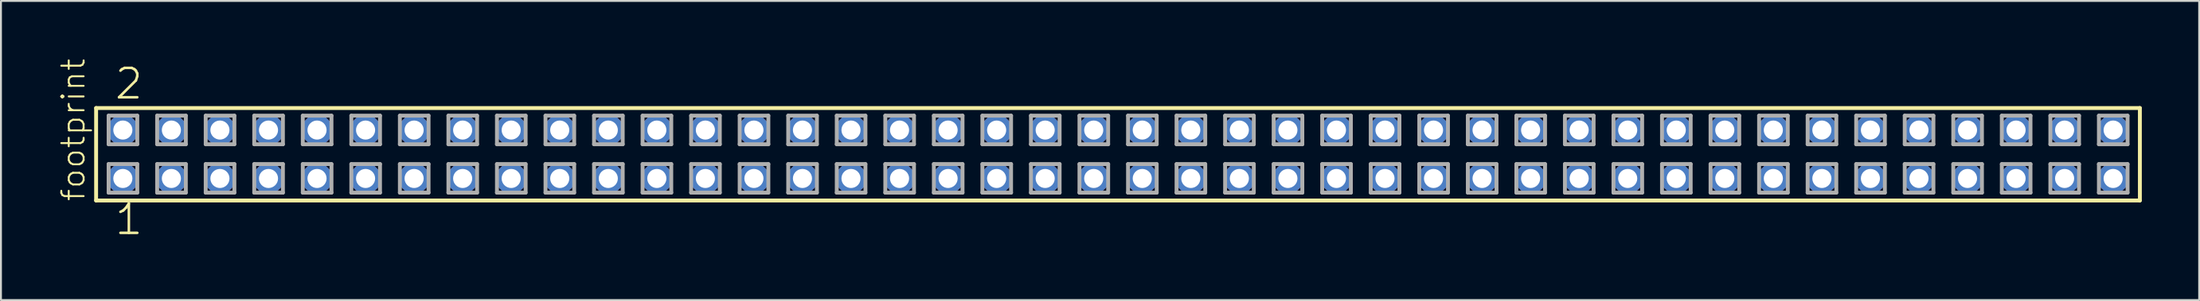
<source format=kicad_pcb>
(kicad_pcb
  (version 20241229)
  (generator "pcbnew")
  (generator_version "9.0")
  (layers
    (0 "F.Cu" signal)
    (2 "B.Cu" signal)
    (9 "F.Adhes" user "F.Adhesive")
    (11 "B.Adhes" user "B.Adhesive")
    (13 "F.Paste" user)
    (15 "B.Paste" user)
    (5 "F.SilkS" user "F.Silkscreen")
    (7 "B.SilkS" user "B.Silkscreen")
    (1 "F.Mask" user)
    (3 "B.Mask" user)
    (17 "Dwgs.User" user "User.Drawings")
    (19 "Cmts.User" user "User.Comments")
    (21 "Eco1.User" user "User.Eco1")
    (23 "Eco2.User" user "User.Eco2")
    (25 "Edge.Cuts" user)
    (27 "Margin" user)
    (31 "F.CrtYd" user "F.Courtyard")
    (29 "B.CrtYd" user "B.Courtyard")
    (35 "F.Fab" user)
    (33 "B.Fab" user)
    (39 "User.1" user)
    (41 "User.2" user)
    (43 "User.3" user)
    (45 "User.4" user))
  (footprint "footprint"
    (layer "F.Cu")
    (at 55.448 5.042)
    (property "Reference" "footprint" (at -53.975 2.54 90) (layer "F.SilkS") (effects (font (size 1.168 1.168) (thickness 0.102)) (justify left bottom)))
    (fp_line (start -53.469 -2.425) (end 53.469 -2.425) (stroke (width 0.203) (type solid)) (layer "F.SilkS"))
    (fp_line (start -53.469 2.425) (end -53.469 -2.425) (stroke (width 0.203) (type solid)) (layer "F.SilkS"))
    (fp_line (start 53.469 -2.425) (end 53.469 2.425) (stroke (width 0.203) (type solid)) (layer "F.SilkS"))
    (fp_line (start 53.469 2.425) (end -53.469 2.425) (stroke (width 0.203) (type solid)) (layer "F.SilkS"))
    (fp_line (start -52.815 -2.025) (end -51.315 -2.025) (stroke (width 0.203) (type solid)) (layer "F.Fab"))
    (fp_line (start -52.815 -0.525) (end -52.815 -2.025) (stroke (width 0.203) (type solid)) (layer "F.Fab"))
    (fp_line (start -52.815 0.515) (end -51.315 0.515) (stroke (width 0.203) (type solid)) (layer "F.Fab"))
    (fp_line (start -52.815 2.015) (end -52.815 0.515) (stroke (width 0.203) (type solid)) (layer "F.Fab"))
    (fp_line (start -51.315 -2.025) (end -51.315 -0.525) (stroke (width 0.203) (type solid)) (layer "F.Fab"))
    (fp_line (start -51.315 -0.525) (end -52.815 -0.525) (stroke (width 0.203) (type solid)) (layer "F.Fab"))
    (fp_line (start -51.315 0.515) (end -51.315 2.015) (stroke (width 0.203) (type solid)) (layer "F.Fab"))
    (fp_line (start -51.315 2.015) (end -52.815 2.015) (stroke (width 0.203) (type solid)) (layer "F.Fab"))
    (fp_line (start -50.275 -2.025) (end -48.775 -2.025) (stroke (width 0.203) (type solid)) (layer "F.Fab"))
    (fp_line (start -50.275 -0.525) (end -50.275 -2.025) (stroke (width 0.203) (type solid)) (layer "F.Fab"))
    (fp_line (start -50.275 0.515) (end -48.775 0.515) (stroke (width 0.203) (type solid)) (layer "F.Fab"))
    (fp_line (start -50.275 2.015) (end -50.275 0.515) (stroke (width 0.203) (type solid)) (layer "F.Fab"))
    (fp_line (start -48.775 -2.025) (end -48.775 -0.525) (stroke (width 0.203) (type solid)) (layer "F.Fab"))
    (fp_line (start -48.775 -0.525) (end -50.275 -0.525) (stroke (width 0.203) (type solid)) (layer "F.Fab"))
    (fp_line (start -48.775 0.515) (end -48.775 2.015) (stroke (width 0.203) (type solid)) (layer "F.Fab"))
    (fp_line (start -48.775 2.015) (end -50.275 2.015) (stroke (width 0.203) (type solid)) (layer "F.Fab"))
    (fp_line (start -47.735 -2.025) (end -46.235 -2.025) (stroke (width 0.203) (type solid)) (layer "F.Fab"))
    (fp_line (start -47.735 -0.525) (end -47.735 -2.025) (stroke (width 0.203) (type solid)) (layer "F.Fab"))
    (fp_line (start -47.735 0.515) (end -46.235 0.515) (stroke (width 0.203) (type solid)) (layer "F.Fab"))
    (fp_line (start -47.735 2.015) (end -47.735 0.515) (stroke (width 0.203) (type solid)) (layer "F.Fab"))
    (fp_line (start -46.235 -2.025) (end -46.235 -0.525) (stroke (width 0.203) (type solid)) (layer "F.Fab"))
    (fp_line (start -46.235 -0.525) (end -47.735 -0.525) (stroke (width 0.203) (type solid)) (layer "F.Fab"))
    (fp_line (start -46.235 0.515) (end -46.235 2.015) (stroke (width 0.203) (type solid)) (layer "F.Fab"))
    (fp_line (start -46.235 2.015) (end -47.735 2.015) (stroke (width 0.203) (type solid)) (layer "F.Fab"))
    (fp_line (start -45.195 -2.025) (end -43.695 -2.025) (stroke (width 0.203) (type solid)) (layer "F.Fab"))
    (fp_line (start -45.195 -0.525) (end -45.195 -2.025) (stroke (width 0.203) (type solid)) (layer "F.Fab"))
    (fp_line (start -45.195 0.515) (end -43.695 0.515) (stroke (width 0.203) (type solid)) (layer "F.Fab"))
    (fp_line (start -45.195 2.015) (end -45.195 0.515) (stroke (width 0.203) (type solid)) (layer "F.Fab"))
    (fp_line (start -43.695 -2.025) (end -43.695 -0.525) (stroke (width 0.203) (type solid)) (layer "F.Fab"))
    (fp_line (start -43.695 -0.525) (end -45.195 -0.525) (stroke (width 0.203) (type solid)) (layer "F.Fab"))
    (fp_line (start -43.695 0.515) (end -43.695 2.015) (stroke (width 0.203) (type solid)) (layer "F.Fab"))
    (fp_line (start -43.695 2.015) (end -45.195 2.015) (stroke (width 0.203) (type solid)) (layer "F.Fab"))
    (fp_line (start -42.655 -2.025) (end -41.155 -2.025) (stroke (width 0.203) (type solid)) (layer "F.Fab"))
    (fp_line (start -42.655 -0.525) (end -42.655 -2.025) (stroke (width 0.203) (type solid)) (layer "F.Fab"))
    (fp_line (start -42.655 0.515) (end -41.155 0.515) (stroke (width 0.203) (type solid)) (layer "F.Fab"))
    (fp_line (start -42.655 2.015) (end -42.655 0.515) (stroke (width 0.203) (type solid)) (layer "F.Fab"))
    (fp_line (start -41.155 -2.025) (end -41.155 -0.525) (stroke (width 0.203) (type solid)) (layer "F.Fab"))
    (fp_line (start -41.155 -0.525) (end -42.655 -0.525) (stroke (width 0.203) (type solid)) (layer "F.Fab"))
    (fp_line (start -41.155 0.515) (end -41.155 2.015) (stroke (width 0.203) (type solid)) (layer "F.Fab"))
    (fp_line (start -41.155 2.015) (end -42.655 2.015) (stroke (width 0.203) (type solid)) (layer "F.Fab"))
    (fp_line (start -40.115 -2.025) (end -38.615 -2.025) (stroke (width 0.203) (type solid)) (layer "F.Fab"))
    (fp_line (start -40.115 -0.525) (end -40.115 -2.025) (stroke (width 0.203) (type solid)) (layer "F.Fab"))
    (fp_line (start -40.115 0.515) (end -38.615 0.515) (stroke (width 0.203) (type solid)) (layer "F.Fab"))
    (fp_line (start -40.115 2.015) (end -40.115 0.515) (stroke (width 0.203) (type solid)) (layer "F.Fab"))
    (fp_line (start -38.615 -2.025) (end -38.615 -0.525) (stroke (width 0.203) (type solid)) (layer "F.Fab"))
    (fp_line (start -38.615 -0.525) (end -40.115 -0.525) (stroke (width 0.203) (type solid)) (layer "F.Fab"))
    (fp_line (start -38.615 0.515) (end -38.615 2.015) (stroke (width 0.203) (type solid)) (layer "F.Fab"))
    (fp_line (start -38.615 2.015) (end -40.115 2.015) (stroke (width 0.203) (type solid)) (layer "F.Fab"))
    (fp_line (start -37.575 -2.025) (end -36.075 -2.025) (stroke (width 0.203) (type solid)) (layer "F.Fab"))
    (fp_line (start -37.575 -0.525) (end -37.575 -2.025) (stroke (width 0.203) (type solid)) (layer "F.Fab"))
    (fp_line (start -37.575 0.515) (end -36.075 0.515) (stroke (width 0.203) (type solid)) (layer "F.Fab"))
    (fp_line (start -37.575 2.015) (end -37.575 0.515) (stroke (width 0.203) (type solid)) (layer "F.Fab"))
    (fp_line (start -36.075 -2.025) (end -36.075 -0.525) (stroke (width 0.203) (type solid)) (layer "F.Fab"))
    (fp_line (start -36.075 -0.525) (end -37.575 -0.525) (stroke (width 0.203) (type solid)) (layer "F.Fab"))
    (fp_line (start -36.075 0.515) (end -36.075 2.015) (stroke (width 0.203) (type solid)) (layer "F.Fab"))
    (fp_line (start -36.075 2.015) (end -37.575 2.015) (stroke (width 0.203) (type solid)) (layer "F.Fab"))
    (fp_line (start -35.035 -2.025) (end -33.535 -2.025) (stroke (width 0.203) (type solid)) (layer "F.Fab"))
    (fp_line (start -35.035 -0.525) (end -35.035 -2.025) (stroke (width 0.203) (type solid)) (layer "F.Fab"))
    (fp_line (start -35.035 0.515) (end -33.535 0.515) (stroke (width 0.203) (type solid)) (layer "F.Fab"))
    (fp_line (start -35.035 2.015) (end -35.035 0.515) (stroke (width 0.203) (type solid)) (layer "F.Fab"))
    (fp_line (start -33.535 -2.025) (end -33.535 -0.525) (stroke (width 0.203) (type solid)) (layer "F.Fab"))
    (fp_line (start -33.535 -0.525) (end -35.035 -0.525) (stroke (width 0.203) (type solid)) (layer "F.Fab"))
    (fp_line (start -33.535 0.515) (end -33.535 2.015) (stroke (width 0.203) (type solid)) (layer "F.Fab"))
    (fp_line (start -33.535 2.015) (end -35.035 2.015) (stroke (width 0.203) (type solid)) (layer "F.Fab"))
    (fp_line (start -32.495 -2.025) (end -30.995 -2.025) (stroke (width 0.203) (type solid)) (layer "F.Fab"))
    (fp_line (start -32.495 -0.525) (end -32.495 -2.025) (stroke (width 0.203) (type solid)) (layer "F.Fab"))
    (fp_line (start -32.495 0.515) (end -30.995 0.515) (stroke (width 0.203) (type solid)) (layer "F.Fab"))
    (fp_line (start -32.495 2.015) (end -32.495 0.515) (stroke (width 0.203) (type solid)) (layer "F.Fab"))
    (fp_line (start -30.995 -2.025) (end -30.995 -0.525) (stroke (width 0.203) (type solid)) (layer "F.Fab"))
    (fp_line (start -30.995 -0.525) (end -32.495 -0.525) (stroke (width 0.203) (type solid)) (layer "F.Fab"))
    (fp_line (start -30.995 0.515) (end -30.995 2.015) (stroke (width 0.203) (type solid)) (layer "F.Fab"))
    (fp_line (start -30.995 2.015) (end -32.495 2.015) (stroke (width 0.203) (type solid)) (layer "F.Fab"))
    (fp_line (start -29.955 -2.025) (end -28.455 -2.025) (stroke (width 0.203) (type solid)) (layer "F.Fab"))
    (fp_line (start -29.955 -0.525) (end -29.955 -2.025) (stroke (width 0.203) (type solid)) (layer "F.Fab"))
    (fp_line (start -29.955 0.515) (end -28.455 0.515) (stroke (width 0.203) (type solid)) (layer "F.Fab"))
    (fp_line (start -29.955 2.015) (end -29.955 0.515) (stroke (width 0.203) (type solid)) (layer "F.Fab"))
    (fp_line (start -28.455 -2.025) (end -28.455 -0.525) (stroke (width 0.203) (type solid)) (layer "F.Fab"))
    (fp_line (start -28.455 -0.525) (end -29.955 -0.525) (stroke (width 0.203) (type solid)) (layer "F.Fab"))
    (fp_line (start -28.455 0.515) (end -28.455 2.015) (stroke (width 0.203) (type solid)) (layer "F.Fab"))
    (fp_line (start -28.455 2.015) (end -29.955 2.015) (stroke (width 0.203) (type solid)) (layer "F.Fab"))
    (fp_line (start -27.415 -2.025) (end -25.915 -2.025) (stroke (width 0.203) (type solid)) (layer "F.Fab"))
    (fp_line (start -27.415 -0.525) (end -27.415 -2.025) (stroke (width 0.203) (type solid)) (layer "F.Fab"))
    (fp_line (start -27.415 0.515) (end -25.915 0.515) (stroke (width 0.203) (type solid)) (layer "F.Fab"))
    (fp_line (start -27.415 2.015) (end -27.415 0.515) (stroke (width 0.203) (type solid)) (layer "F.Fab"))
    (fp_line (start -25.915 -2.025) (end -25.915 -0.525) (stroke (width 0.203) (type solid)) (layer "F.Fab"))
    (fp_line (start -25.915 -0.525) (end -27.415 -0.525) (stroke (width 0.203) (type solid)) (layer "F.Fab"))
    (fp_line (start -25.915 0.515) (end -25.915 2.015) (stroke (width 0.203) (type solid)) (layer "F.Fab"))
    (fp_line (start -25.915 2.015) (end -27.415 2.015) (stroke (width 0.203) (type solid)) (layer "F.Fab"))
    (fp_line (start -24.875 -2.025) (end -23.375 -2.025) (stroke (width 0.203) (type solid)) (layer "F.Fab"))
    (fp_line (start -24.875 -0.525) (end -24.875 -2.025) (stroke (width 0.203) (type solid)) (layer "F.Fab"))
    (fp_line (start -24.875 0.515) (end -23.375 0.515) (stroke (width 0.203) (type solid)) (layer "F.Fab"))
    (fp_line (start -24.875 2.015) (end -24.875 0.515) (stroke (width 0.203) (type solid)) (layer "F.Fab"))
    (fp_line (start -23.375 -2.025) (end -23.375 -0.525) (stroke (width 0.203) (type solid)) (layer "F.Fab"))
    (fp_line (start -23.375 -0.525) (end -24.875 -0.525) (stroke (width 0.203) (type solid)) (layer "F.Fab"))
    (fp_line (start -23.375 0.515) (end -23.375 2.015) (stroke (width 0.203) (type solid)) (layer "F.Fab"))
    (fp_line (start -23.375 2.015) (end -24.875 2.015) (stroke (width 0.203) (type solid)) (layer "F.Fab"))
    (fp_line (start -22.335 -2.025) (end -20.835 -2.025) (stroke (width 0.203) (type solid)) (layer "F.Fab"))
    (fp_line (start -22.335 -0.525) (end -22.335 -2.025) (stroke (width 0.203) (type solid)) (layer "F.Fab"))
    (fp_line (start -22.335 0.515) (end -20.835 0.515) (stroke (width 0.203) (type solid)) (layer "F.Fab"))
    (fp_line (start -22.335 2.015) (end -22.335 0.515) (stroke (width 0.203) (type solid)) (layer "F.Fab"))
    (fp_line (start -20.835 -2.025) (end -20.835 -0.525) (stroke (width 0.203) (type solid)) (layer "F.Fab"))
    (fp_line (start -20.835 -0.525) (end -22.335 -0.525) (stroke (width 0.203) (type solid)) (layer "F.Fab"))
    (fp_line (start -20.835 0.515) (end -20.835 2.015) (stroke (width 0.203) (type solid)) (layer "F.Fab"))
    (fp_line (start -20.835 2.015) (end -22.335 2.015) (stroke (width 0.203) (type solid)) (layer "F.Fab"))
    (fp_line (start -19.795 -2.025) (end -18.295 -2.025) (stroke (width 0.203) (type solid)) (layer "F.Fab"))
    (fp_line (start -19.795 -0.525) (end -19.795 -2.025) (stroke (width 0.203) (type solid)) (layer "F.Fab"))
    (fp_line (start -19.795 0.515) (end -18.295 0.515) (stroke (width 0.203) (type solid)) (layer "F.Fab"))
    (fp_line (start -19.795 2.015) (end -19.795 0.515) (stroke (width 0.203) (type solid)) (layer "F.Fab"))
    (fp_line (start -18.295 -2.025) (end -18.295 -0.525) (stroke (width 0.203) (type solid)) (layer "F.Fab"))
    (fp_line (start -18.295 -0.525) (end -19.795 -0.525) (stroke (width 0.203) (type solid)) (layer "F.Fab"))
    (fp_line (start -18.295 0.515) (end -18.295 2.015) (stroke (width 0.203) (type solid)) (layer "F.Fab"))
    (fp_line (start -18.295 2.015) (end -19.795 2.015) (stroke (width 0.203) (type solid)) (layer "F.Fab"))
    (fp_line (start -17.255 -2.025) (end -15.755 -2.025) (stroke (width 0.203) (type solid)) (layer "F.Fab"))
    (fp_line (start -17.255 -0.525) (end -17.255 -2.025) (stroke (width 0.203) (type solid)) (layer "F.Fab"))
    (fp_line (start -17.255 0.515) (end -15.755 0.515) (stroke (width 0.203) (type solid)) (layer "F.Fab"))
    (fp_line (start -17.255 2.015) (end -17.255 0.515) (stroke (width 0.203) (type solid)) (layer "F.Fab"))
    (fp_line (start -15.755 -2.025) (end -15.755 -0.525) (stroke (width 0.203) (type solid)) (layer "F.Fab"))
    (fp_line (start -15.755 -0.525) (end -17.255 -0.525) (stroke (width 0.203) (type solid)) (layer "F.Fab"))
    (fp_line (start -15.755 0.515) (end -15.755 2.015) (stroke (width 0.203) (type solid)) (layer "F.Fab"))
    (fp_line (start -15.755 2.015) (end -17.255 2.015) (stroke (width 0.203) (type solid)) (layer "F.Fab"))
    (fp_line (start -14.715 -2.025) (end -13.215 -2.025) (stroke (width 0.203) (type solid)) (layer "F.Fab"))
    (fp_line (start -14.715 -0.525) (end -14.715 -2.025) (stroke (width 0.203) (type solid)) (layer "F.Fab"))
    (fp_line (start -14.715 0.515) (end -13.215 0.515) (stroke (width 0.203) (type solid)) (layer "F.Fab"))
    (fp_line (start -14.715 2.015) (end -14.715 0.515) (stroke (width 0.203) (type solid)) (layer "F.Fab"))
    (fp_line (start -13.215 -2.025) (end -13.215 -0.525) (stroke (width 0.203) (type solid)) (layer "F.Fab"))
    (fp_line (start -13.215 -0.525) (end -14.715 -0.525) (stroke (width 0.203) (type solid)) (layer "F.Fab"))
    (fp_line (start -13.215 0.515) (end -13.215 2.015) (stroke (width 0.203) (type solid)) (layer "F.Fab"))
    (fp_line (start -13.215 2.015) (end -14.715 2.015) (stroke (width 0.203) (type solid)) (layer "F.Fab"))
    (fp_line (start -12.175 -2.025) (end -10.675 -2.025) (stroke (width 0.203) (type solid)) (layer "F.Fab"))
    (fp_line (start -12.175 -0.525) (end -12.175 -2.025) (stroke (width 0.203) (type solid)) (layer "F.Fab"))
    (fp_line (start -12.175 0.515) (end -10.675 0.515) (stroke (width 0.203) (type solid)) (layer "F.Fab"))
    (fp_line (start -12.175 2.015) (end -12.175 0.515) (stroke (width 0.203) (type solid)) (layer "F.Fab"))
    (fp_line (start -10.675 -2.025) (end -10.675 -0.525) (stroke (width 0.203) (type solid)) (layer "F.Fab"))
    (fp_line (start -10.675 -0.525) (end -12.175 -0.525) (stroke (width 0.203) (type solid)) (layer "F.Fab"))
    (fp_line (start -10.675 0.515) (end -10.675 2.015) (stroke (width 0.203) (type solid)) (layer "F.Fab"))
    (fp_line (start -10.675 2.015) (end -12.175 2.015) (stroke (width 0.203) (type solid)) (layer "F.Fab"))
    (fp_line (start -9.635 -2.025) (end -8.135 -2.025) (stroke (width 0.203) (type solid)) (layer "F.Fab"))
    (fp_line (start -9.635 -0.525) (end -9.635 -2.025) (stroke (width 0.203) (type solid)) (layer "F.Fab"))
    (fp_line (start -9.635 0.515) (end -8.135 0.515) (stroke (width 0.203) (type solid)) (layer "F.Fab"))
    (fp_line (start -9.635 2.015) (end -9.635 0.515) (stroke (width 0.203) (type solid)) (layer "F.Fab"))
    (fp_line (start -8.135 -2.025) (end -8.135 -0.525) (stroke (width 0.203) (type solid)) (layer "F.Fab"))
    (fp_line (start -8.135 -0.525) (end -9.635 -0.525) (stroke (width 0.203) (type solid)) (layer "F.Fab"))
    (fp_line (start -8.135 0.515) (end -8.135 2.015) (stroke (width 0.203) (type solid)) (layer "F.Fab"))
    (fp_line (start -8.135 2.015) (end -9.635 2.015) (stroke (width 0.203) (type solid)) (layer "F.Fab"))
    (fp_line (start -7.095 -2.025) (end -5.595 -2.025) (stroke (width 0.203) (type solid)) (layer "F.Fab"))
    (fp_line (start -7.095 -0.525) (end -7.095 -2.025) (stroke (width 0.203) (type solid)) (layer "F.Fab"))
    (fp_line (start -7.095 0.515) (end -5.595 0.515) (stroke (width 0.203) (type solid)) (layer "F.Fab"))
    (fp_line (start -7.095 2.015) (end -7.095 0.515) (stroke (width 0.203) (type solid)) (layer "F.Fab"))
    (fp_line (start -5.595 -2.025) (end -5.595 -0.525) (stroke (width 0.203) (type solid)) (layer "F.Fab"))
    (fp_line (start -5.595 -0.525) (end -7.095 -0.525) (stroke (width 0.203) (type solid)) (layer "F.Fab"))
    (fp_line (start -5.595 0.515) (end -5.595 2.015) (stroke (width 0.203) (type solid)) (layer "F.Fab"))
    (fp_line (start -5.595 2.015) (end -7.095 2.015) (stroke (width 0.203) (type solid)) (layer "F.Fab"))
    (fp_line (start -4.555 -2.025) (end -3.055 -2.025) (stroke (width 0.203) (type solid)) (layer "F.Fab"))
    (fp_line (start -4.555 -0.525) (end -4.555 -2.025) (stroke (width 0.203) (type solid)) (layer "F.Fab"))
    (fp_line (start -4.555 0.515) (end -3.055 0.515) (stroke (width 0.203) (type solid)) (layer "F.Fab"))
    (fp_line (start -4.555 2.015) (end -4.555 0.515) (stroke (width 0.203) (type solid)) (layer "F.Fab"))
    (fp_line (start -3.055 -2.025) (end -3.055 -0.525) (stroke (width 0.203) (type solid)) (layer "F.Fab"))
    (fp_line (start -3.055 -0.525) (end -4.555 -0.525) (stroke (width 0.203) (type solid)) (layer "F.Fab"))
    (fp_line (start -3.055 0.515) (end -3.055 2.015) (stroke (width 0.203) (type solid)) (layer "F.Fab"))
    (fp_line (start -3.055 2.015) (end -4.555 2.015) (stroke (width 0.203) (type solid)) (layer "F.Fab"))
    (fp_line (start -2.015 -2.025) (end -0.515 -2.025) (stroke (width 0.203) (type solid)) (layer "F.Fab"))
    (fp_line (start -2.015 -0.525) (end -2.015 -2.025) (stroke (width 0.203) (type solid)) (layer "F.Fab"))
    (fp_line (start -2.015 0.515) (end -0.515 0.515) (stroke (width 0.203) (type solid)) (layer "F.Fab"))
    (fp_line (start -2.015 2.015) (end -2.015 0.515) (stroke (width 0.203) (type solid)) (layer "F.Fab"))
    (fp_line (start -0.515 -2.025) (end -0.515 -0.525) (stroke (width 0.203) (type solid)) (layer "F.Fab"))
    (fp_line (start -0.515 -0.525) (end -2.015 -0.525) (stroke (width 0.203) (type solid)) (layer "F.Fab"))
    (fp_line (start -0.515 0.515) (end -0.515 2.015) (stroke (width 0.203) (type solid)) (layer "F.Fab"))
    (fp_line (start -0.515 2.015) (end -2.015 2.015) (stroke (width 0.203) (type solid)) (layer "F.Fab"))
    (fp_line (start 0.525 -2.025) (end 2.025 -2.025) (stroke (width 0.203) (type solid)) (layer "F.Fab"))
    (fp_line (start 0.525 -0.525) (end 0.525 -2.025) (stroke (width 0.203) (type solid)) (layer "F.Fab"))
    (fp_line (start 0.525 0.515) (end 2.025 0.515) (stroke (width 0.203) (type solid)) (layer "F.Fab"))
    (fp_line (start 0.525 2.015) (end 0.525 0.515) (stroke (width 0.203) (type solid)) (layer "F.Fab"))
    (fp_line (start 2.025 -2.025) (end 2.025 -0.525) (stroke (width 0.203) (type solid)) (layer "F.Fab"))
    (fp_line (start 2.025 -0.525) (end 0.525 -0.525) (stroke (width 0.203) (type solid)) (layer "F.Fab"))
    (fp_line (start 2.025 0.515) (end 2.025 2.015) (stroke (width 0.203) (type solid)) (layer "F.Fab"))
    (fp_line (start 2.025 2.015) (end 0.525 2.015) (stroke (width 0.203) (type solid)) (layer "F.Fab"))
    (fp_line (start 3.065 -2.025) (end 4.565 -2.025) (stroke (width 0.203) (type solid)) (layer "F.Fab"))
    (fp_line (start 3.065 -0.525) (end 3.065 -2.025) (stroke (width 0.203) (type solid)) (layer "F.Fab"))
    (fp_line (start 3.065 0.515) (end 4.565 0.515) (stroke (width 0.203) (type solid)) (layer "F.Fab"))
    (fp_line (start 3.065 2.015) (end 3.065 0.515) (stroke (width 0.203) (type solid)) (layer "F.Fab"))
    (fp_line (start 4.565 -2.025) (end 4.565 -0.525) (stroke (width 0.203) (type solid)) (layer "F.Fab"))
    (fp_line (start 4.565 -0.525) (end 3.065 -0.525) (stroke (width 0.203) (type solid)) (layer "F.Fab"))
    (fp_line (start 4.565 0.515) (end 4.565 2.015) (stroke (width 0.203) (type solid)) (layer "F.Fab"))
    (fp_line (start 4.565 2.015) (end 3.065 2.015) (stroke (width 0.203) (type solid)) (layer "F.Fab"))
    (fp_line (start 5.605 -2.025) (end 7.105 -2.025) (stroke (width 0.203) (type solid)) (layer "F.Fab"))
    (fp_line (start 5.605 -0.525) (end 5.605 -2.025) (stroke (width 0.203) (type solid)) (layer "F.Fab"))
    (fp_line (start 5.605 0.515) (end 7.105 0.515) (stroke (width 0.203) (type solid)) (layer "F.Fab"))
    (fp_line (start 5.605 2.015) (end 5.605 0.515) (stroke (width 0.203) (type solid)) (layer "F.Fab"))
    (fp_line (start 7.105 -2.025) (end 7.105 -0.525) (stroke (width 0.203) (type solid)) (layer "F.Fab"))
    (fp_line (start 7.105 -0.525) (end 5.605 -0.525) (stroke (width 0.203) (type solid)) (layer "F.Fab"))
    (fp_line (start 7.105 0.515) (end 7.105 2.015) (stroke (width 0.203) (type solid)) (layer "F.Fab"))
    (fp_line (start 7.105 2.015) (end 5.605 2.015) (stroke (width 0.203) (type solid)) (layer "F.Fab"))
    (fp_line (start 8.145 -2.025) (end 9.645 -2.025) (stroke (width 0.203) (type solid)) (layer "F.Fab"))
    (fp_line (start 8.145 -0.525) (end 8.145 -2.025) (stroke (width 0.203) (type solid)) (layer "F.Fab"))
    (fp_line (start 8.145 0.515) (end 9.645 0.515) (stroke (width 0.203) (type solid)) (layer "F.Fab"))
    (fp_line (start 8.145 2.015) (end 8.145 0.515) (stroke (width 0.203) (type solid)) (layer "F.Fab"))
    (fp_line (start 9.645 -2.025) (end 9.645 -0.525) (stroke (width 0.203) (type solid)) (layer "F.Fab"))
    (fp_line (start 9.645 -0.525) (end 8.145 -0.525) (stroke (width 0.203) (type solid)) (layer "F.Fab"))
    (fp_line (start 9.645 0.515) (end 9.645 2.015) (stroke (width 0.203) (type solid)) (layer "F.Fab"))
    (fp_line (start 9.645 2.015) (end 8.145 2.015) (stroke (width 0.203) (type solid)) (layer "F.Fab"))
    (fp_line (start 10.685 -2.025) (end 12.185 -2.025) (stroke (width 0.203) (type solid)) (layer "F.Fab"))
    (fp_line (start 10.685 -0.525) (end 10.685 -2.025) (stroke (width 0.203) (type solid)) (layer "F.Fab"))
    (fp_line (start 10.685 0.515) (end 12.185 0.515) (stroke (width 0.203) (type solid)) (layer "F.Fab"))
    (fp_line (start 10.685 2.015) (end 10.685 0.515) (stroke (width 0.203) (type solid)) (layer "F.Fab"))
    (fp_line (start 12.185 -2.025) (end 12.185 -0.525) (stroke (width 0.203) (type solid)) (layer "F.Fab"))
    (fp_line (start 12.185 -0.525) (end 10.685 -0.525) (stroke (width 0.203) (type solid)) (layer "F.Fab"))
    (fp_line (start 12.185 0.515) (end 12.185 2.015) (stroke (width 0.203) (type solid)) (layer "F.Fab"))
    (fp_line (start 12.185 2.015) (end 10.685 2.015) (stroke (width 0.203) (type solid)) (layer "F.Fab"))
    (fp_line (start 13.225 -2.025) (end 14.725 -2.025) (stroke (width 0.203) (type solid)) (layer "F.Fab"))
    (fp_line (start 13.225 -0.525) (end 13.225 -2.025) (stroke (width 0.203) (type solid)) (layer "F.Fab"))
    (fp_line (start 13.225 0.515) (end 14.725 0.515) (stroke (width 0.203) (type solid)) (layer "F.Fab"))
    (fp_line (start 13.225 2.015) (end 13.225 0.515) (stroke (width 0.203) (type solid)) (layer "F.Fab"))
    (fp_line (start 14.725 -2.025) (end 14.725 -0.525) (stroke (width 0.203) (type solid)) (layer "F.Fab"))
    (fp_line (start 14.725 -0.525) (end 13.225 -0.525) (stroke (width 0.203) (type solid)) (layer "F.Fab"))
    (fp_line (start 14.725 0.515) (end 14.725 2.015) (stroke (width 0.203) (type solid)) (layer "F.Fab"))
    (fp_line (start 14.725 2.015) (end 13.225 2.015) (stroke (width 0.203) (type solid)) (layer "F.Fab"))
    (fp_line (start 15.765 -2.025) (end 17.265 -2.025) (stroke (width 0.203) (type solid)) (layer "F.Fab"))
    (fp_line (start 15.765 -0.525) (end 15.765 -2.025) (stroke (width 0.203) (type solid)) (layer "F.Fab"))
    (fp_line (start 15.765 0.515) (end 17.265 0.515) (stroke (width 0.203) (type solid)) (layer "F.Fab"))
    (fp_line (start 15.765 2.015) (end 15.765 0.515) (stroke (width 0.203) (type solid)) (layer "F.Fab"))
    (fp_line (start 17.265 -2.025) (end 17.265 -0.525) (stroke (width 0.203) (type solid)) (layer "F.Fab"))
    (fp_line (start 17.265 -0.525) (end 15.765 -0.525) (stroke (width 0.203) (type solid)) (layer "F.Fab"))
    (fp_line (start 17.265 0.515) (end 17.265 2.015) (stroke (width 0.203) (type solid)) (layer "F.Fab"))
    (fp_line (start 17.265 2.015) (end 15.765 2.015) (stroke (width 0.203) (type solid)) (layer "F.Fab"))
    (fp_line (start 18.305 -2.025) (end 19.805 -2.025) (stroke (width 0.203) (type solid)) (layer "F.Fab"))
    (fp_line (start 18.305 -0.525) (end 18.305 -2.025) (stroke (width 0.203) (type solid)) (layer "F.Fab"))
    (fp_line (start 18.305 0.515) (end 19.805 0.515) (stroke (width 0.203) (type solid)) (layer "F.Fab"))
    (fp_line (start 18.305 2.015) (end 18.305 0.515) (stroke (width 0.203) (type solid)) (layer "F.Fab"))
    (fp_line (start 19.805 -2.025) (end 19.805 -0.525) (stroke (width 0.203) (type solid)) (layer "F.Fab"))
    (fp_line (start 19.805 -0.525) (end 18.305 -0.525) (stroke (width 0.203) (type solid)) (layer "F.Fab"))
    (fp_line (start 19.805 0.515) (end 19.805 2.015) (stroke (width 0.203) (type solid)) (layer "F.Fab"))
    (fp_line (start 19.805 2.015) (end 18.305 2.015) (stroke (width 0.203) (type solid)) (layer "F.Fab"))
    (fp_line (start 20.845 -2.025) (end 22.345 -2.025) (stroke (width 0.203) (type solid)) (layer "F.Fab"))
    (fp_line (start 20.845 -0.525) (end 20.845 -2.025) (stroke (width 0.203) (type solid)) (layer "F.Fab"))
    (fp_line (start 20.845 0.515) (end 22.345 0.515) (stroke (width 0.203) (type solid)) (layer "F.Fab"))
    (fp_line (start 20.845 2.015) (end 20.845 0.515) (stroke (width 0.203) (type solid)) (layer "F.Fab"))
    (fp_line (start 22.345 -2.025) (end 22.345 -0.525) (stroke (width 0.203) (type solid)) (layer "F.Fab"))
    (fp_line (start 22.345 -0.525) (end 20.845 -0.525) (stroke (width 0.203) (type solid)) (layer "F.Fab"))
    (fp_line (start 22.345 0.515) (end 22.345 2.015) (stroke (width 0.203) (type solid)) (layer "F.Fab"))
    (fp_line (start 22.345 2.015) (end 20.845 2.015) (stroke (width 0.203) (type solid)) (layer "F.Fab"))
    (fp_line (start 23.385 -2.025) (end 24.885 -2.025) (stroke (width 0.203) (type solid)) (layer "F.Fab"))
    (fp_line (start 23.385 -0.525) (end 23.385 -2.025) (stroke (width 0.203) (type solid)) (layer "F.Fab"))
    (fp_line (start 23.385 0.515) (end 24.885 0.515) (stroke (width 0.203) (type solid)) (layer "F.Fab"))
    (fp_line (start 23.385 2.015) (end 23.385 0.515) (stroke (width 0.203) (type solid)) (layer "F.Fab"))
    (fp_line (start 24.885 -2.025) (end 24.885 -0.525) (stroke (width 0.203) (type solid)) (layer "F.Fab"))
    (fp_line (start 24.885 -0.525) (end 23.385 -0.525) (stroke (width 0.203) (type solid)) (layer "F.Fab"))
    (fp_line (start 24.885 0.515) (end 24.885 2.015) (stroke (width 0.203) (type solid)) (layer "F.Fab"))
    (fp_line (start 24.885 2.015) (end 23.385 2.015) (stroke (width 0.203) (type solid)) (layer "F.Fab"))
    (fp_line (start 25.925 -2.025) (end 27.425 -2.025) (stroke (width 0.203) (type solid)) (layer "F.Fab"))
    (fp_line (start 25.925 -0.525) (end 25.925 -2.025) (stroke (width 0.203) (type solid)) (layer "F.Fab"))
    (fp_line (start 25.925 0.515) (end 27.425 0.515) (stroke (width 0.203) (type solid)) (layer "F.Fab"))
    (fp_line (start 25.925 2.015) (end 25.925 0.515) (stroke (width 0.203) (type solid)) (layer "F.Fab"))
    (fp_line (start 27.425 -2.025) (end 27.425 -0.525) (stroke (width 0.203) (type solid)) (layer "F.Fab"))
    (fp_line (start 27.425 -0.525) (end 25.925 -0.525) (stroke (width 0.203) (type solid)) (layer "F.Fab"))
    (fp_line (start 27.425 0.515) (end 27.425 2.015) (stroke (width 0.203) (type solid)) (layer "F.Fab"))
    (fp_line (start 27.425 2.015) (end 25.925 2.015) (stroke (width 0.203) (type solid)) (layer "F.Fab"))
    (fp_line (start 28.465 -2.025) (end 29.965 -2.025) (stroke (width 0.203) (type solid)) (layer "F.Fab"))
    (fp_line (start 28.465 -0.525) (end 28.465 -2.025) (stroke (width 0.203) (type solid)) (layer "F.Fab"))
    (fp_line (start 28.465 0.515) (end 29.965 0.515) (stroke (width 0.203) (type solid)) (layer "F.Fab"))
    (fp_line (start 28.465 2.015) (end 28.465 0.515) (stroke (width 0.203) (type solid)) (layer "F.Fab"))
    (fp_line (start 29.965 -2.025) (end 29.965 -0.525) (stroke (width 0.203) (type solid)) (layer "F.Fab"))
    (fp_line (start 29.965 -0.525) (end 28.465 -0.525) (stroke (width 0.203) (type solid)) (layer "F.Fab"))
    (fp_line (start 29.965 0.515) (end 29.965 2.015) (stroke (width 0.203) (type solid)) (layer "F.Fab"))
    (fp_line (start 29.965 2.015) (end 28.465 2.015) (stroke (width 0.203) (type solid)) (layer "F.Fab"))
    (fp_line (start 31.005 -2.025) (end 32.505 -2.025) (stroke (width 0.203) (type solid)) (layer "F.Fab"))
    (fp_line (start 31.005 -0.525) (end 31.005 -2.025) (stroke (width 0.203) (type solid)) (layer "F.Fab"))
    (fp_line (start 31.005 0.515) (end 32.505 0.515) (stroke (width 0.203) (type solid)) (layer "F.Fab"))
    (fp_line (start 31.005 2.015) (end 31.005 0.515) (stroke (width 0.203) (type solid)) (layer "F.Fab"))
    (fp_line (start 32.505 -2.025) (end 32.505 -0.525) (stroke (width 0.203) (type solid)) (layer "F.Fab"))
    (fp_line (start 32.505 -0.525) (end 31.005 -0.525) (stroke (width 0.203) (type solid)) (layer "F.Fab"))
    (fp_line (start 32.505 0.515) (end 32.505 2.015) (stroke (width 0.203) (type solid)) (layer "F.Fab"))
    (fp_line (start 32.505 2.015) (end 31.005 2.015) (stroke (width 0.203) (type solid)) (layer "F.Fab"))
    (fp_line (start 33.545 -2.025) (end 35.045 -2.025) (stroke (width 0.203) (type solid)) (layer "F.Fab"))
    (fp_line (start 33.545 -0.525) (end 33.545 -2.025) (stroke (width 0.203) (type solid)) (layer "F.Fab"))
    (fp_line (start 33.545 0.515) (end 35.045 0.515) (stroke (width 0.203) (type solid)) (layer "F.Fab"))
    (fp_line (start 33.545 2.015) (end 33.545 0.515) (stroke (width 0.203) (type solid)) (layer "F.Fab"))
    (fp_line (start 35.045 -2.025) (end 35.045 -0.525) (stroke (width 0.203) (type solid)) (layer "F.Fab"))
    (fp_line (start 35.045 -0.525) (end 33.545 -0.525) (stroke (width 0.203) (type solid)) (layer "F.Fab"))
    (fp_line (start 35.045 0.515) (end 35.045 2.015) (stroke (width 0.203) (type solid)) (layer "F.Fab"))
    (fp_line (start 35.045 2.015) (end 33.545 2.015) (stroke (width 0.203) (type solid)) (layer "F.Fab"))
    (fp_line (start 36.085 -2.025) (end 37.585 -2.025) (stroke (width 0.203) (type solid)) (layer "F.Fab"))
    (fp_line (start 36.085 -0.525) (end 36.085 -2.025) (stroke (width 0.203) (type solid)) (layer "F.Fab"))
    (fp_line (start 36.085 0.515) (end 37.585 0.515) (stroke (width 0.203) (type solid)) (layer "F.Fab"))
    (fp_line (start 36.085 2.015) (end 36.085 0.515) (stroke (width 0.203) (type solid)) (layer "F.Fab"))
    (fp_line (start 37.585 -2.025) (end 37.585 -0.525) (stroke (width 0.203) (type solid)) (layer "F.Fab"))
    (fp_line (start 37.585 -0.525) (end 36.085 -0.525) (stroke (width 0.203) (type solid)) (layer "F.Fab"))
    (fp_line (start 37.585 0.515) (end 37.585 2.015) (stroke (width 0.203) (type solid)) (layer "F.Fab"))
    (fp_line (start 37.585 2.015) (end 36.085 2.015) (stroke (width 0.203) (type solid)) (layer "F.Fab"))
    (fp_line (start 38.625 -2.025) (end 40.125 -2.025) (stroke (width 0.203) (type solid)) (layer "F.Fab"))
    (fp_line (start 38.625 -0.525) (end 38.625 -2.025) (stroke (width 0.203) (type solid)) (layer "F.Fab"))
    (fp_line (start 38.625 0.515) (end 40.125 0.515) (stroke (width 0.203) (type solid)) (layer "F.Fab"))
    (fp_line (start 38.625 2.015) (end 38.625 0.515) (stroke (width 0.203) (type solid)) (layer "F.Fab"))
    (fp_line (start 40.125 -2.025) (end 40.125 -0.525) (stroke (width 0.203) (type solid)) (layer "F.Fab"))
    (fp_line (start 40.125 -0.525) (end 38.625 -0.525) (stroke (width 0.203) (type solid)) (layer "F.Fab"))
    (fp_line (start 40.125 0.515) (end 40.125 2.015) (stroke (width 0.203) (type solid)) (layer "F.Fab"))
    (fp_line (start 40.125 2.015) (end 38.625 2.015) (stroke (width 0.203) (type solid)) (layer "F.Fab"))
    (fp_line (start 41.165 -2.025) (end 42.665 -2.025) (stroke (width 0.203) (type solid)) (layer "F.Fab"))
    (fp_line (start 41.165 -0.525) (end 41.165 -2.025) (stroke (width 0.203) (type solid)) (layer "F.Fab"))
    (fp_line (start 41.165 0.515) (end 42.665 0.515) (stroke (width 0.203) (type solid)) (layer "F.Fab"))
    (fp_line (start 41.165 2.015) (end 41.165 0.515) (stroke (width 0.203) (type solid)) (layer "F.Fab"))
    (fp_line (start 42.665 -2.025) (end 42.665 -0.525) (stroke (width 0.203) (type solid)) (layer "F.Fab"))
    (fp_line (start 42.665 -0.525) (end 41.165 -0.525) (stroke (width 0.203) (type solid)) (layer "F.Fab"))
    (fp_line (start 42.665 0.515) (end 42.665 2.015) (stroke (width 0.203) (type solid)) (layer "F.Fab"))
    (fp_line (start 42.665 2.015) (end 41.165 2.015) (stroke (width 0.203) (type solid)) (layer "F.Fab"))
    (fp_line (start 43.705 -2.025) (end 45.205 -2.025) (stroke (width 0.203) (type solid)) (layer "F.Fab"))
    (fp_line (start 43.705 -0.525) (end 43.705 -2.025) (stroke (width 0.203) (type solid)) (layer "F.Fab"))
    (fp_line (start 43.705 0.515) (end 45.205 0.515) (stroke (width 0.203) (type solid)) (layer "F.Fab"))
    (fp_line (start 43.705 2.015) (end 43.705 0.515) (stroke (width 0.203) (type solid)) (layer "F.Fab"))
    (fp_line (start 45.205 -2.025) (end 45.205 -0.525) (stroke (width 0.203) (type solid)) (layer "F.Fab"))
    (fp_line (start 45.205 -0.525) (end 43.705 -0.525) (stroke (width 0.203) (type solid)) (layer "F.Fab"))
    (fp_line (start 45.205 0.515) (end 45.205 2.015) (stroke (width 0.203) (type solid)) (layer "F.Fab"))
    (fp_line (start 45.205 2.015) (end 43.705 2.015) (stroke (width 0.203) (type solid)) (layer "F.Fab"))
    (fp_line (start 46.245 -2.025) (end 47.745 -2.025) (stroke (width 0.203) (type solid)) (layer "F.Fab"))
    (fp_line (start 46.245 -0.525) (end 46.245 -2.025) (stroke (width 0.203) (type solid)) (layer "F.Fab"))
    (fp_line (start 46.245 0.515) (end 47.745 0.515) (stroke (width 0.203) (type solid)) (layer "F.Fab"))
    (fp_line (start 46.245 2.015) (end 46.245 0.515) (stroke (width 0.203) (type solid)) (layer "F.Fab"))
    (fp_line (start 47.745 -2.025) (end 47.745 -0.525) (stroke (width 0.203) (type solid)) (layer "F.Fab"))
    (fp_line (start 47.745 -0.525) (end 46.245 -0.525) (stroke (width 0.203) (type solid)) (layer "F.Fab"))
    (fp_line (start 47.745 0.515) (end 47.745 2.015) (stroke (width 0.203) (type solid)) (layer "F.Fab"))
    (fp_line (start 47.745 2.015) (end 46.245 2.015) (stroke (width 0.203) (type solid)) (layer "F.Fab"))
    (fp_line (start 48.785 -2.025) (end 50.285 -2.025) (stroke (width 0.203) (type solid)) (layer "F.Fab"))
    (fp_line (start 48.785 -0.525) (end 48.785 -2.025) (stroke (width 0.203) (type solid)) (layer "F.Fab"))
    (fp_line (start 48.785 0.515) (end 50.285 0.515) (stroke (width 0.203) (type solid)) (layer "F.Fab"))
    (fp_line (start 48.785 2.015) (end 48.785 0.515) (stroke (width 0.203) (type solid)) (layer "F.Fab"))
    (fp_line (start 50.285 -2.025) (end 50.285 -0.525) (stroke (width 0.203) (type solid)) (layer "F.Fab"))
    (fp_line (start 50.285 -0.525) (end 48.785 -0.525) (stroke (width 0.203) (type solid)) (layer "F.Fab"))
    (fp_line (start 50.285 0.515) (end 50.285 2.015) (stroke (width 0.203) (type solid)) (layer "F.Fab"))
    (fp_line (start 50.285 2.015) (end 48.785 2.015) (stroke (width 0.203) (type solid)) (layer "F.Fab"))
    (fp_line (start 51.325 -2.025) (end 52.825 -2.025) (stroke (width 0.203) (type solid)) (layer "F.Fab"))
    (fp_line (start 51.325 -0.525) (end 51.325 -2.025) (stroke (width 0.203) (type solid)) (layer "F.Fab"))
    (fp_line (start 51.325 0.515) (end 52.825 0.515) (stroke (width 0.203) (type solid)) (layer "F.Fab"))
    (fp_line (start 51.325 2.015) (end 51.325 0.515) (stroke (width 0.203) (type solid)) (layer "F.Fab"))
    (fp_line (start 52.825 -2.025) (end 52.825 -0.525) (stroke (width 0.203) (type solid)) (layer "F.Fab"))
    (fp_line (start 52.825 -0.525) (end 51.325 -0.525) (stroke (width 0.203) (type solid)) (layer "F.Fab"))
    (fp_line (start 52.825 0.515) (end 52.825 2.015) (stroke (width 0.203) (type solid)) (layer "F.Fab"))
    (fp_line (start 52.825 2.015) (end 51.325 2.015) (stroke (width 0.203) (type solid)) (layer "F.Fab"))
    (fp_text user "1" (at -52.578 4.318 0) (layer "F.SilkS") (effects (font (size 1.542 1.542) (thickness 0.134)) (justify left bottom)))
    (fp_text user "2" (at -52.578 -2.794 0) (layer "F.SilkS") (effects (font (size 1.542 1.542) (thickness 0.134)) (justify left bottom)))
    (pad "1" thru_hole roundrect (at -52.07 1.27) (size 1.5 1.5) (drill 1) (layers "*.Cu" "*.Mask") (roundrect_rratio 0.25) (chamfer_ratio 0.25) (chamfer top_left top_right bottom_left bottom_right))
    (pad "2" thru_hole roundrect (at -52.07 -1.27) (size 1.5 1.5) (drill 1) (layers "*.Cu" "*.Mask") (roundrect_rratio 0.25) (chamfer_ratio 0.25) (chamfer top_left top_right bottom_left bottom_right))
    (pad "3" thru_hole roundrect (at -49.53 1.27) (size 1.5 1.5) (drill 1) (layers "*.Cu" "*.Mask") (roundrect_rratio 0.25) (chamfer_ratio 0.25) (chamfer top_left top_right bottom_left bottom_right))
    (pad "4" thru_hole roundrect (at -49.53 -1.27) (size 1.5 1.5) (drill 1) (layers "*.Cu" "*.Mask") (roundrect_rratio 0.25) (chamfer_ratio 0.25) (chamfer top_left top_right bottom_left bottom_right))
    (pad "5" thru_hole roundrect (at -46.99 1.27) (size 1.5 1.5) (drill 1) (layers "*.Cu" "*.Mask") (roundrect_rratio 0.25) (chamfer_ratio 0.25) (chamfer top_left top_right bottom_left bottom_right))
    (pad "6" thru_hole roundrect (at -46.99 -1.27) (size 1.5 1.5) (drill 1) (layers "*.Cu" "*.Mask") (roundrect_rratio 0.25) (chamfer_ratio 0.25) (chamfer top_left top_right bottom_left bottom_right))
    (pad "7" thru_hole roundrect (at -44.45 1.27) (size 1.5 1.5) (drill 1) (layers "*.Cu" "*.Mask") (roundrect_rratio 0.25) (chamfer_ratio 0.25) (chamfer top_left top_right bottom_left bottom_right))
    (pad "8" thru_hole roundrect (at -44.45 -1.27) (size 1.5 1.5) (drill 1) (layers "*.Cu" "*.Mask") (roundrect_rratio 0.25) (chamfer_ratio 0.25) (chamfer top_left top_right bottom_left bottom_right))
    (pad "9" thru_hole roundrect (at -41.91 1.27) (size 1.5 1.5) (drill 1) (layers "*.Cu" "*.Mask") (roundrect_rratio 0.25) (chamfer_ratio 0.25) (chamfer top_left top_right bottom_left bottom_right))
    (pad "10" thru_hole roundrect (at -41.91 -1.27) (size 1.5 1.5) (drill 1) (layers "*.Cu" "*.Mask") (roundrect_rratio 0.25) (chamfer_ratio 0.25) (chamfer top_left top_right bottom_left bottom_right))
    (pad "11" thru_hole roundrect (at -39.37 1.27) (size 1.5 1.5) (drill 1) (layers "*.Cu" "*.Mask") (roundrect_rratio 0.25) (chamfer_ratio 0.25) (chamfer top_left top_right bottom_left bottom_right))
    (pad "12" thru_hole roundrect (at -39.37 -1.27) (size 1.5 1.5) (drill 1) (layers "*.Cu" "*.Mask") (roundrect_rratio 0.25) (chamfer_ratio 0.25) (chamfer top_left top_right bottom_left bottom_right))
    (pad "13" thru_hole roundrect (at -36.83 1.27) (size 1.5 1.5) (drill 1) (layers "*.Cu" "*.Mask") (roundrect_rratio 0.25) (chamfer_ratio 0.25) (chamfer top_left top_right bottom_left bottom_right))
    (pad "14" thru_hole roundrect (at -36.83 -1.27) (size 1.5 1.5) (drill 1) (layers "*.Cu" "*.Mask") (roundrect_rratio 0.25) (chamfer_ratio 0.25) (chamfer top_left top_right bottom_left bottom_right))
    (pad "15" thru_hole roundrect (at -34.29 1.27) (size 1.5 1.5) (drill 1) (layers "*.Cu" "*.Mask") (roundrect_rratio 0.25) (chamfer_ratio 0.25) (chamfer top_left top_right bottom_left bottom_right))
    (pad "16" thru_hole roundrect (at -34.29 -1.27) (size 1.5 1.5) (drill 1) (layers "*.Cu" "*.Mask") (roundrect_rratio 0.25) (chamfer_ratio 0.25) (chamfer top_left top_right bottom_left bottom_right))
    (pad "17" thru_hole roundrect (at -31.75 1.27) (size 1.5 1.5) (drill 1) (layers "*.Cu" "*.Mask") (roundrect_rratio 0.25) (chamfer_ratio 0.25) (chamfer top_left top_right bottom_left bottom_right))
    (pad "18" thru_hole roundrect (at -31.75 -1.27) (size 1.5 1.5) (drill 1) (layers "*.Cu" "*.Mask") (roundrect_rratio 0.25) (chamfer_ratio 0.25) (chamfer top_left top_right bottom_left bottom_right))
    (pad "19" thru_hole roundrect (at -29.21 1.27) (size 1.5 1.5) (drill 1) (layers "*.Cu" "*.Mask") (roundrect_rratio 0.25) (chamfer_ratio 0.25) (chamfer top_left top_right bottom_left bottom_right))
    (pad "20" thru_hole roundrect (at -29.21 -1.27) (size 1.5 1.5) (drill 1) (layers "*.Cu" "*.Mask") (roundrect_rratio 0.25) (chamfer_ratio 0.25) (chamfer top_left top_right bottom_left bottom_right))
    (pad "21" thru_hole roundrect (at -26.67 1.27) (size 1.5 1.5) (drill 1) (layers "*.Cu" "*.Mask") (roundrect_rratio 0.25) (chamfer_ratio 0.25) (chamfer top_left top_right bottom_left bottom_right))
    (pad "22" thru_hole roundrect (at -26.67 -1.27) (size 1.5 1.5) (drill 1) (layers "*.Cu" "*.Mask") (roundrect_rratio 0.25) (chamfer_ratio 0.25) (chamfer top_left top_right bottom_left bottom_right))
    (pad "23" thru_hole roundrect (at -24.13 1.27) (size 1.5 1.5) (drill 1) (layers "*.Cu" "*.Mask") (roundrect_rratio 0.25) (chamfer_ratio 0.25) (chamfer top_left top_right bottom_left bottom_right))
    (pad "24" thru_hole roundrect (at -24.13 -1.27) (size 1.5 1.5) (drill 1) (layers "*.Cu" "*.Mask") (roundrect_rratio 0.25) (chamfer_ratio 0.25) (chamfer top_left top_right bottom_left bottom_right))
    (pad "25" thru_hole roundrect (at -21.59 1.27) (size 1.5 1.5) (drill 1) (layers "*.Cu" "*.Mask") (roundrect_rratio 0.25) (chamfer_ratio 0.25) (chamfer top_left top_right bottom_left bottom_right))
    (pad "26" thru_hole roundrect (at -21.59 -1.27) (size 1.5 1.5) (drill 1) (layers "*.Cu" "*.Mask") (roundrect_rratio 0.25) (chamfer_ratio 0.25) (chamfer top_left top_right bottom_left bottom_right))
    (pad "27" thru_hole roundrect (at -19.05 1.27) (size 1.5 1.5) (drill 1) (layers "*.Cu" "*.Mask") (roundrect_rratio 0.25) (chamfer_ratio 0.25) (chamfer top_left top_right bottom_left bottom_right))
    (pad "28" thru_hole roundrect (at -19.05 -1.27) (size 1.5 1.5) (drill 1) (layers "*.Cu" "*.Mask") (roundrect_rratio 0.25) (chamfer_ratio 0.25) (chamfer top_left top_right bottom_left bottom_right))
    (pad "29" thru_hole roundrect (at -16.51 1.27) (size 1.5 1.5) (drill 1) (layers "*.Cu" "*.Mask") (roundrect_rratio 0.25) (chamfer_ratio 0.25) (chamfer top_left top_right bottom_left bottom_right))
    (pad "30" thru_hole roundrect (at -16.51 -1.27) (size 1.5 1.5) (drill 1) (layers "*.Cu" "*.Mask") (roundrect_rratio 0.25) (chamfer_ratio 0.25) (chamfer top_left top_right bottom_left bottom_right))
    (pad "31" thru_hole roundrect (at -13.97 1.27) (size 1.5 1.5) (drill 1) (layers "*.Cu" "*.Mask") (roundrect_rratio 0.25) (chamfer_ratio 0.25) (chamfer top_left top_right bottom_left bottom_right))
    (pad "32" thru_hole roundrect (at -13.97 -1.27) (size 1.5 1.5) (drill 1) (layers "*.Cu" "*.Mask") (roundrect_rratio 0.25) (chamfer_ratio 0.25) (chamfer top_left top_right bottom_left bottom_right))
    (pad "33" thru_hole roundrect (at -11.43 1.27) (size 1.5 1.5) (drill 1) (layers "*.Cu" "*.Mask") (roundrect_rratio 0.25) (chamfer_ratio 0.25) (chamfer top_left top_right bottom_left bottom_right))
    (pad "34" thru_hole roundrect (at -11.43 -1.27) (size 1.5 1.5) (drill 1) (layers "*.Cu" "*.Mask") (roundrect_rratio 0.25) (chamfer_ratio 0.25) (chamfer top_left top_right bottom_left bottom_right))
    (pad "35" thru_hole roundrect (at -8.89 1.27) (size 1.5 1.5) (drill 1) (layers "*.Cu" "*.Mask") (roundrect_rratio 0.25) (chamfer_ratio 0.25) (chamfer top_left top_right bottom_left bottom_right))
    (pad "36" thru_hole roundrect (at -8.89 -1.27) (size 1.5 1.5) (drill 1) (layers "*.Cu" "*.Mask") (roundrect_rratio 0.25) (chamfer_ratio 0.25) (chamfer top_left top_right bottom_left bottom_right))
    (pad "37" thru_hole roundrect (at -6.35 1.27) (size 1.5 1.5) (drill 1) (layers "*.Cu" "*.Mask") (roundrect_rratio 0.25) (chamfer_ratio 0.25) (chamfer top_left top_right bottom_left bottom_right))
    (pad "38" thru_hole roundrect (at -6.35 -1.27) (size 1.5 1.5) (drill 1) (layers "*.Cu" "*.Mask") (roundrect_rratio 0.25) (chamfer_ratio 0.25) (chamfer top_left top_right bottom_left bottom_right))
    (pad "39" thru_hole roundrect (at -3.81 1.27) (size 1.5 1.5) (drill 1) (layers "*.Cu" "*.Mask") (roundrect_rratio 0.25) (chamfer_ratio 0.25) (chamfer top_left top_right bottom_left bottom_right))
    (pad "40" thru_hole roundrect (at -3.81 -1.27) (size 1.5 1.5) (drill 1) (layers "*.Cu" "*.Mask") (roundrect_rratio 0.25) (chamfer_ratio 0.25) (chamfer top_left top_right bottom_left bottom_right))
    (pad "41" thru_hole roundrect (at -1.27 1.27) (size 1.5 1.5) (drill 1) (layers "*.Cu" "*.Mask") (roundrect_rratio 0.25) (chamfer_ratio 0.25) (chamfer top_left top_right bottom_left bottom_right))
    (pad "42" thru_hole roundrect (at -1.27 -1.27) (size 1.5 1.5) (drill 1) (layers "*.Cu" "*.Mask") (roundrect_rratio 0.25) (chamfer_ratio 0.25) (chamfer top_left top_right bottom_left bottom_right))
    (pad "43" thru_hole roundrect (at 1.27 1.27) (size 1.5 1.5) (drill 1) (layers "*.Cu" "*.Mask") (roundrect_rratio 0.25) (chamfer_ratio 0.25) (chamfer top_left top_right bottom_left bottom_right))
    (pad "44" thru_hole roundrect (at 1.27 -1.27) (size 1.5 1.5) (drill 1) (layers "*.Cu" "*.Mask") (roundrect_rratio 0.25) (chamfer_ratio 0.25) (chamfer top_left top_right bottom_left bottom_right))
    (pad "45" thru_hole roundrect (at 3.81 1.27) (size 1.5 1.5) (drill 1) (layers "*.Cu" "*.Mask") (roundrect_rratio 0.25) (chamfer_ratio 0.25) (chamfer top_left top_right bottom_left bottom_right))
    (pad "46" thru_hole roundrect (at 3.81 -1.27) (size 1.5 1.5) (drill 1) (layers "*.Cu" "*.Mask") (roundrect_rratio 0.25) (chamfer_ratio 0.25) (chamfer top_left top_right bottom_left bottom_right))
    (pad "47" thru_hole roundrect (at 6.35 1.27) (size 1.5 1.5) (drill 1) (layers "*.Cu" "*.Mask") (roundrect_rratio 0.25) (chamfer_ratio 0.25) (chamfer top_left top_right bottom_left bottom_right))
    (pad "48" thru_hole roundrect (at 6.35 -1.27) (size 1.5 1.5) (drill 1) (layers "*.Cu" "*.Mask") (roundrect_rratio 0.25) (chamfer_ratio 0.25) (chamfer top_left top_right bottom_left bottom_right))
    (pad "49" thru_hole roundrect (at 8.89 1.27) (size 1.5 1.5) (drill 1) (layers "*.Cu" "*.Mask") (roundrect_rratio 0.25) (chamfer_ratio 0.25) (chamfer top_left top_right bottom_left bottom_right))
    (pad "50" thru_hole roundrect (at 8.89 -1.27) (size 1.5 1.5) (drill 1) (layers "*.Cu" "*.Mask") (roundrect_rratio 0.25) (chamfer_ratio 0.25) (chamfer top_left top_right bottom_left bottom_right))
    (pad "51" thru_hole roundrect (at 11.43 1.27) (size 1.5 1.5) (drill 1) (layers "*.Cu" "*.Mask") (roundrect_rratio 0.25) (chamfer_ratio 0.25) (chamfer top_left top_right bottom_left bottom_right))
    (pad "52" thru_hole roundrect (at 11.43 -1.27) (size 1.5 1.5) (drill 1) (layers "*.Cu" "*.Mask") (roundrect_rratio 0.25) (chamfer_ratio 0.25) (chamfer top_left top_right bottom_left bottom_right))
    (pad "53" thru_hole roundrect (at 13.97 1.27) (size 1.5 1.5) (drill 1) (layers "*.Cu" "*.Mask") (roundrect_rratio 0.25) (chamfer_ratio 0.25) (chamfer top_left top_right bottom_left bottom_right))
    (pad "54" thru_hole roundrect (at 13.97 -1.27) (size 1.5 1.5) (drill 1) (layers "*.Cu" "*.Mask") (roundrect_rratio 0.25) (chamfer_ratio 0.25) (chamfer top_left top_right bottom_left bottom_right))
    (pad "55" thru_hole roundrect (at 16.51 1.27) (size 1.5 1.5) (drill 1) (layers "*.Cu" "*.Mask") (roundrect_rratio 0.25) (chamfer_ratio 0.25) (chamfer top_left top_right bottom_left bottom_right))
    (pad "56" thru_hole roundrect (at 16.51 -1.27) (size 1.5 1.5) (drill 1) (layers "*.Cu" "*.Mask") (roundrect_rratio 0.25) (chamfer_ratio 0.25) (chamfer top_left top_right bottom_left bottom_right))
    (pad "57" thru_hole roundrect (at 19.05 1.27) (size 1.5 1.5) (drill 1) (layers "*.Cu" "*.Mask") (roundrect_rratio 0.25) (chamfer_ratio 0.25) (chamfer top_left top_right bottom_left bottom_right))
    (pad "58" thru_hole roundrect (at 19.05 -1.27) (size 1.5 1.5) (drill 1) (layers "*.Cu" "*.Mask") (roundrect_rratio 0.25) (chamfer_ratio 0.25) (chamfer top_left top_right bottom_left bottom_right))
    (pad "59" thru_hole roundrect (at 21.59 1.27) (size 1.5 1.5) (drill 1) (layers "*.Cu" "*.Mask") (roundrect_rratio 0.25) (chamfer_ratio 0.25) (chamfer top_left top_right bottom_left bottom_right))
    (pad "60" thru_hole roundrect (at 21.59 -1.27) (size 1.5 1.5) (drill 1) (layers "*.Cu" "*.Mask") (roundrect_rratio 0.25) (chamfer_ratio 0.25) (chamfer top_left top_right bottom_left bottom_right))
    (pad "61" thru_hole roundrect (at 24.13 1.27) (size 1.5 1.5) (drill 1) (layers "*.Cu" "*.Mask") (roundrect_rratio 0.25) (chamfer_ratio 0.25) (chamfer top_left top_right bottom_left bottom_right))
    (pad "62" thru_hole roundrect (at 24.13 -1.27) (size 1.5 1.5) (drill 1) (layers "*.Cu" "*.Mask") (roundrect_rratio 0.25) (chamfer_ratio 0.25) (chamfer top_left top_right bottom_left bottom_right))
    (pad "63" thru_hole roundrect (at 26.67 1.27) (size 1.5 1.5) (drill 1) (layers "*.Cu" "*.Mask") (roundrect_rratio 0.25) (chamfer_ratio 0.25) (chamfer top_left top_right bottom_left bottom_right))
    (pad "64" thru_hole roundrect (at 26.67 -1.27) (size 1.5 1.5) (drill 1) (layers "*.Cu" "*.Mask") (roundrect_rratio 0.25) (chamfer_ratio 0.25) (chamfer top_left top_right bottom_left bottom_right))
    (pad "65" thru_hole roundrect (at 29.21 1.27) (size 1.5 1.5) (drill 1) (layers "*.Cu" "*.Mask") (roundrect_rratio 0.25) (chamfer_ratio 0.25) (chamfer top_left top_right bottom_left bottom_right))
    (pad "66" thru_hole roundrect (at 29.21 -1.27) (size 1.5 1.5) (drill 1) (layers "*.Cu" "*.Mask") (roundrect_rratio 0.25) (chamfer_ratio 0.25) (chamfer top_left top_right bottom_left bottom_right))
    (pad "67" thru_hole roundrect (at 31.75 1.27) (size 1.5 1.5) (drill 1) (layers "*.Cu" "*.Mask") (roundrect_rratio 0.25) (chamfer_ratio 0.25) (chamfer top_left top_right bottom_left bottom_right))
    (pad "68" thru_hole roundrect (at 31.75 -1.27) (size 1.5 1.5) (drill 1) (layers "*.Cu" "*.Mask") (roundrect_rratio 0.25) (chamfer_ratio 0.25) (chamfer top_left top_right bottom_left bottom_right))
    (pad "69" thru_hole roundrect (at 34.29 1.27) (size 1.5 1.5) (drill 1) (layers "*.Cu" "*.Mask") (roundrect_rratio 0.25) (chamfer_ratio 0.25) (chamfer top_left top_right bottom_left bottom_right))
    (pad "70" thru_hole roundrect (at 34.29 -1.27) (size 1.5 1.5) (drill 1) (layers "*.Cu" "*.Mask") (roundrect_rratio 0.25) (chamfer_ratio 0.25) (chamfer top_left top_right bottom_left bottom_right))
    (pad "71" thru_hole roundrect (at 36.83 1.27) (size 1.5 1.5) (drill 1) (layers "*.Cu" "*.Mask") (roundrect_rratio 0.25) (chamfer_ratio 0.25) (chamfer top_left top_right bottom_left bottom_right))
    (pad "72" thru_hole roundrect (at 36.83 -1.27) (size 1.5 1.5) (drill 1) (layers "*.Cu" "*.Mask") (roundrect_rratio 0.25) (chamfer_ratio 0.25) (chamfer top_left top_right bottom_left bottom_right))
    (pad "73" thru_hole roundrect (at 39.37 1.27) (size 1.5 1.5) (drill 1) (layers "*.Cu" "*.Mask") (roundrect_rratio 0.25) (chamfer_ratio 0.25) (chamfer top_left top_right bottom_left bottom_right))
    (pad "74" thru_hole roundrect (at 39.37 -1.27) (size 1.5 1.5) (drill 1) (layers "*.Cu" "*.Mask") (roundrect_rratio 0.25) (chamfer_ratio 0.25) (chamfer top_left top_right bottom_left bottom_right))
    (pad "75" thru_hole roundrect (at 41.91 1.27) (size 1.5 1.5) (drill 1) (layers "*.Cu" "*.Mask") (roundrect_rratio 0.25) (chamfer_ratio 0.25) (chamfer top_left top_right bottom_left bottom_right))
    (pad "76" thru_hole roundrect (at 41.91 -1.27) (size 1.5 1.5) (drill 1) (layers "*.Cu" "*.Mask") (roundrect_rratio 0.25) (chamfer_ratio 0.25) (chamfer top_left top_right bottom_left bottom_right))
    (pad "77" thru_hole roundrect (at 44.45 1.27) (size 1.5 1.5) (drill 1) (layers "*.Cu" "*.Mask") (roundrect_rratio 0.25) (chamfer_ratio 0.25) (chamfer top_left top_right bottom_left bottom_right))
    (pad "78" thru_hole roundrect (at 44.45 -1.27) (size 1.5 1.5) (drill 1) (layers "*.Cu" "*.Mask") (roundrect_rratio 0.25) (chamfer_ratio 0.25) (chamfer top_left top_right bottom_left bottom_right))
    (pad "79" thru_hole roundrect (at 46.99 1.27) (size 1.5 1.5) (drill 1) (layers "*.Cu" "*.Mask") (roundrect_rratio 0.25) (chamfer_ratio 0.25) (chamfer top_left top_right bottom_left bottom_right))
    (pad "80" thru_hole roundrect (at 46.99 -1.27) (size 1.5 1.5) (drill 1) (layers "*.Cu" "*.Mask") (roundrect_rratio 0.25) (chamfer_ratio 0.25) (chamfer top_left top_right bottom_left bottom_right))
    (pad "81" thru_hole roundrect (at 49.53 1.27) (size 1.5 1.5) (drill 1) (layers "*.Cu" "*.Mask") (roundrect_rratio 0.25) (chamfer_ratio 0.25) (chamfer top_left top_right bottom_left bottom_right))
    (pad "82" thru_hole roundrect (at 49.53 -1.27) (size 1.5 1.5) (drill 1) (layers "*.Cu" "*.Mask") (roundrect_rratio 0.25) (chamfer_ratio 0.25) (chamfer top_left top_right bottom_left bottom_right))
    (pad "83" thru_hole roundrect (at 52.07 1.27) (size 1.5 1.5) (drill 1) (layers "*.Cu" "*.Mask") (roundrect_rratio 0.25) (chamfer_ratio 0.25) (chamfer top_left top_right bottom_left bottom_right))
    (pad "84" thru_hole roundrect (at 52.07 -1.27) (size 1.5 1.5) (drill 1) (layers "*.Cu" "*.Mask") (roundrect_rratio 0.25) (chamfer_ratio 0.25) (chamfer top_left top_right bottom_left bottom_right)))
  (gr_rect
    (start -3 -3)
    (end 112.019 12.691)
    (stroke (width 0.1) (type default))
    (fill no)
    (layer "Edge.Cuts")))
</source>
